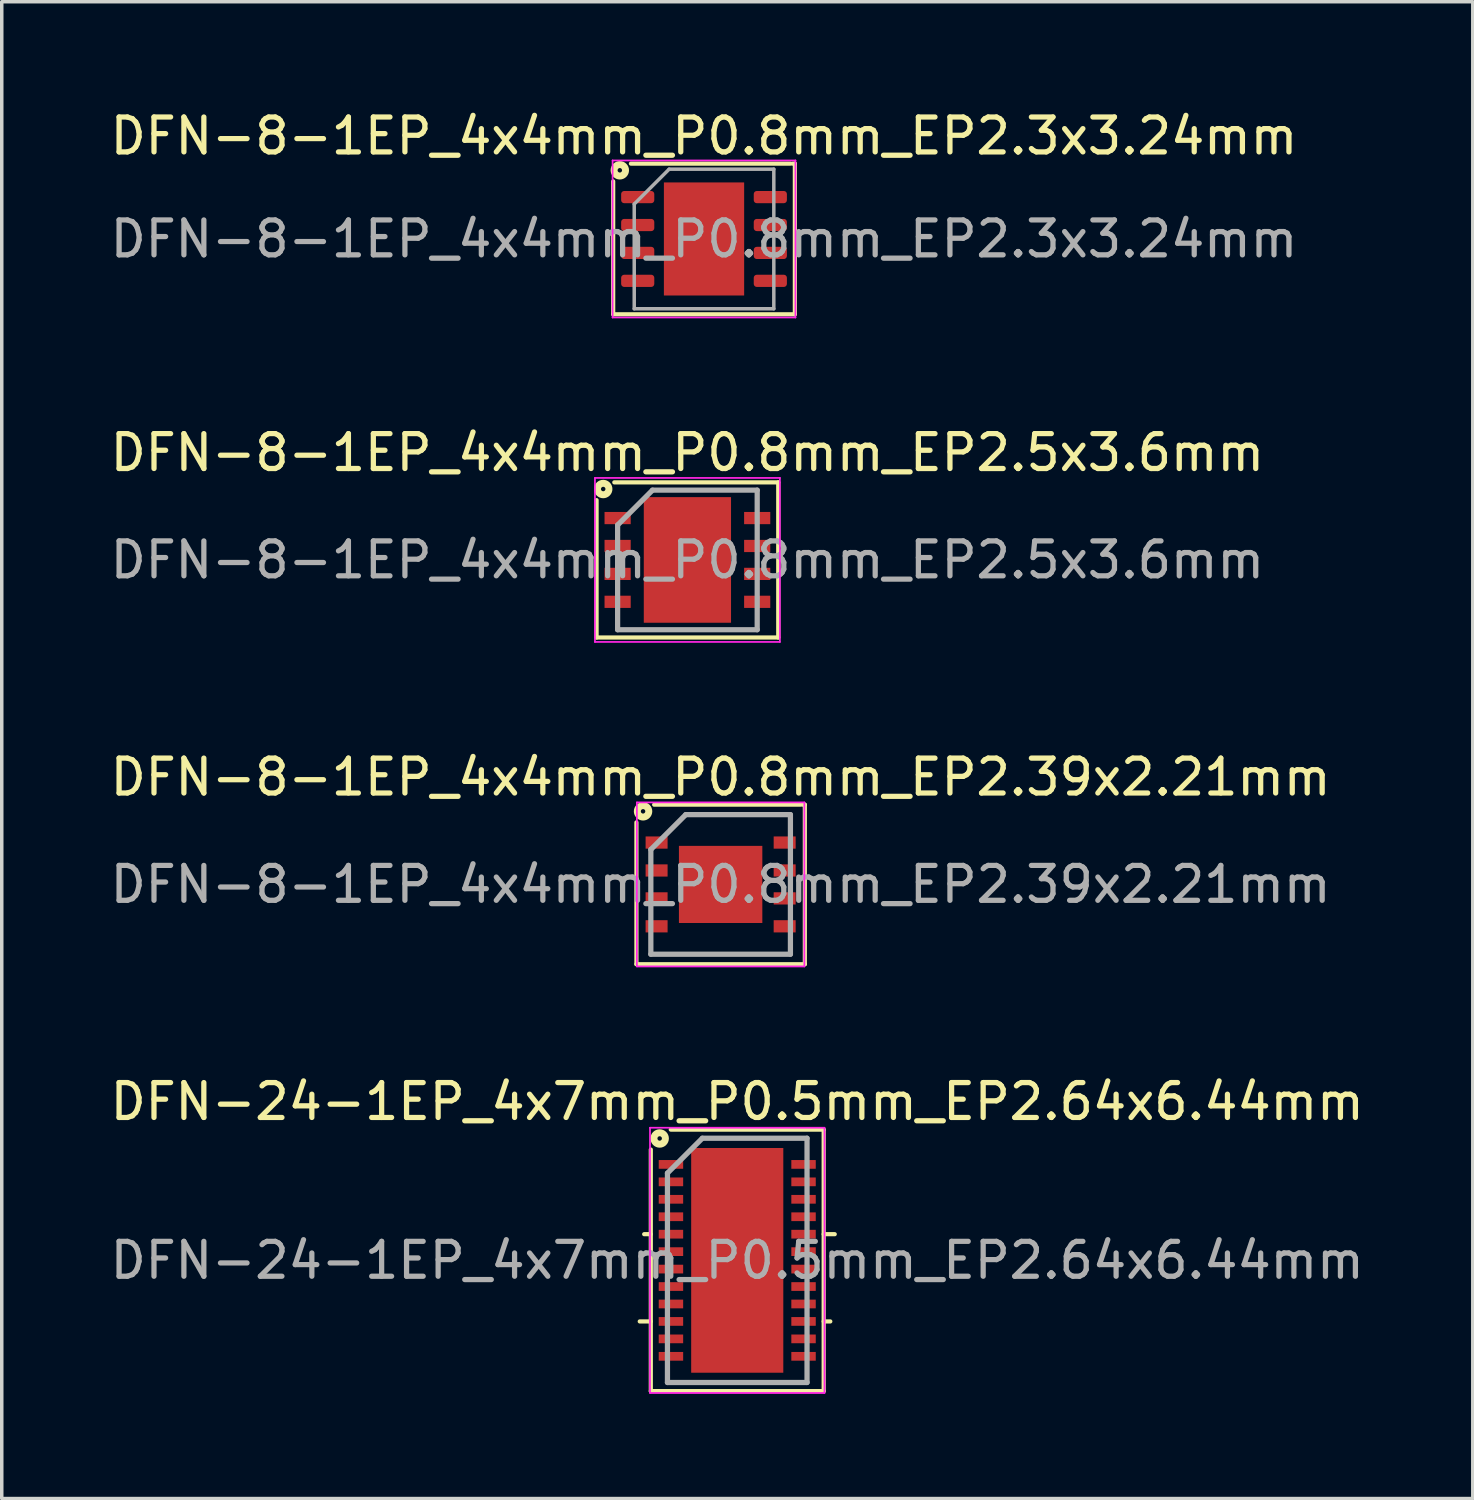
<source format=kicad_pcb>
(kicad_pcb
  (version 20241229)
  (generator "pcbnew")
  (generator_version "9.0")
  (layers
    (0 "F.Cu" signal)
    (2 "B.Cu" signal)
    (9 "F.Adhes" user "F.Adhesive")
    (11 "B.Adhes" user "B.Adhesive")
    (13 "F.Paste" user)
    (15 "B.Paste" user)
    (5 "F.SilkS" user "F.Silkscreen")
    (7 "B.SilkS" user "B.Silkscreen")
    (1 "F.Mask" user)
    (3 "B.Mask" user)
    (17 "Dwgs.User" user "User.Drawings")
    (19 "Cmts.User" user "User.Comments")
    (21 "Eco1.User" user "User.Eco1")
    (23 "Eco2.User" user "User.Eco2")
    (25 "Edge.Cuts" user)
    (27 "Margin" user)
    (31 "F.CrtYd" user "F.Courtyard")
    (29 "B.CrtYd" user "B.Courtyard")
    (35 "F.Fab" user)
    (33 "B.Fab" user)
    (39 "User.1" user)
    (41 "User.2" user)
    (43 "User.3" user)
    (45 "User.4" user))
  (footprint "DFN-24-1EP_4x7mm_P0.5mm_EP2.64x6.44mm"
    (layer "F.Cu")
    (at 18.077 33.068)
    (property "Reference" "DFN-24-1EP_4x7mm_P0.5mm_EP2.64x6.44mm" (at 0 -4.55 0) (layer "F.SilkS") (effects (font (size 1 1) (thickness 0.15))))
    (attr smd)
    (fp_line (start -2.477 -0.75) (end -2.667 -0.75) (stroke (width 0.12) (type solid)) (layer "F.SilkS"))
    (fp_line (start -2.477 1.75) (end -2.794 1.75) (stroke (width 0.12) (type solid)) (layer "F.SilkS"))
    (fp_line (start -2.477 3.747) (end -2.477 -3.175) (stroke (width 0.12) (type solid)) (layer "F.SilkS"))
    (fp_line (start -1.905 -3.747) (end 2.477 -3.747) (stroke (width 0.12) (type solid)) (layer "F.SilkS"))
    (fp_line (start 2.477 -3.747) (end 2.477 3.747) (stroke (width 0.12) (type solid)) (layer "F.SilkS"))
    (fp_line (start 2.477 -0.75) (end 2.794 -0.75) (stroke (width 0.12) (type solid)) (layer "F.SilkS"))
    (fp_line (start 2.477 1.75) (end 2.667 1.75) (stroke (width 0.12) (type solid)) (layer "F.SilkS"))
    (fp_line (start 2.477 3.747) (end -2.477 3.747) (stroke (width 0.12) (type solid)) (layer "F.SilkS"))
    (fp_circle (center -2.223 -3.493) (end -2.159 -3.493) (stroke (width 0.2) (type solid)) (fill no) (layer "F.SilkS"))
    (fp_line (start -2.5 -3.8) (end -2.5 3.8) (stroke (width 0.05) (type solid)) (layer "F.CrtYd"))
    (fp_line (start -2.5 -3.8) (end 2.5 -3.8) (stroke (width 0.05) (type solid)) (layer "F.CrtYd"))
    (fp_line (start -2.5 3.8) (end 2.5 3.8) (stroke (width 0.05) (type solid)) (layer "F.CrtYd"))
    (fp_line (start 2.5 -3.8) (end 2.5 3.8) (stroke (width 0.05) (type solid)) (layer "F.CrtYd"))
    (fp_line (start -2 -2.5) (end -1 -3.5) (stroke (width 0.15) (type solid)) (layer "F.Fab"))
    (fp_line (start -2 3.5) (end -2 -2.5) (stroke (width 0.15) (type solid)) (layer "F.Fab"))
    (fp_line (start -1 -3.5) (end 2 -3.5) (stroke (width 0.15) (type solid)) (layer "F.Fab"))
    (fp_line (start 2 -3.5) (end 2 3.5) (stroke (width 0.15) (type solid)) (layer "F.Fab"))
    (fp_line (start 2 3.5) (end -2 3.5) (stroke (width 0.15) (type solid)) (layer "F.Fab"))
    (fp_text user "${REFERENCE}" (at 0 0 0) (layer "F.Fab") (effects (font (size 1 1) (thickness 0.15))))
    (pad "" smd rect (at -0.66 -2.56) (size 1.05 1.05) (layers "F.Paste"))
    (pad "" smd rect (at -0.66 -1.28) (size 1.05 1.05) (layers "F.Paste"))
    (pad "" smd rect (at -0.66 0) (size 1.05 1.05) (layers "F.Paste"))
    (pad "" smd rect (at -0.66 1.28) (size 1.05 1.05) (layers "F.Paste"))
    (pad "" smd rect (at -0.66 2.56) (size 1.05 1.05) (layers "F.Paste"))
    (pad "" smd rect (at 0.66 -2.56) (size 1.05 1.05) (layers "F.Paste"))
    (pad "" smd rect (at 0.66 -1.28) (size 1.05 1.05) (layers "F.Paste"))
    (pad "" smd rect (at 0.66 0) (size 1.05 1.05) (layers "F.Paste"))
    (pad "" smd rect (at 0.66 1.28) (size 1.05 1.05) (layers "F.Paste"))
    (pad "" smd rect (at 0.66 2.56) (size 1.05 1.05) (layers "F.Paste"))
    (pad "1" smd rect (at -1.9 -2.75) (size 0.7 0.25) (layers "F.Cu" "F.Mask" "F.Paste"))
    (pad "2" smd rect (at -1.9 -2.25) (size 0.7 0.25) (layers "F.Cu" "F.Mask" "F.Paste"))
    (pad "3" smd rect (at -1.9 -1.75) (size 0.7 0.25) (layers "F.Cu" "F.Mask" "F.Paste"))
    (pad "4" smd rect (at -1.9 -1.25) (size 0.7 0.25) (layers "F.Cu" "F.Mask" "F.Paste"))
    (pad "5" smd rect (at -1.9 -0.75) (size 0.7 0.25) (layers "F.Cu" "F.Mask" "F.Paste"))
    (pad "6" smd rect (at -1.9 -0.25) (size 0.7 0.25) (layers "F.Cu" "F.Mask" "F.Paste"))
    (pad "7" smd rect (at -1.9 0.25) (size 0.7 0.25) (layers "F.Cu" "F.Mask" "F.Paste"))
    (pad "8" smd rect (at -1.9 0.75) (size 0.7 0.25) (layers "F.Cu" "F.Mask" "F.Paste"))
    (pad "9" smd rect (at -1.9 1.25) (size 0.7 0.25) (layers "F.Cu" "F.Mask" "F.Paste"))
    (pad "10" smd rect (at -1.9 1.75) (size 0.7 0.25) (layers "F.Cu" "F.Mask" "F.Paste"))
    (pad "11" smd rect (at -1.9 2.25) (size 0.7 0.25) (layers "F.Cu" "F.Mask" "F.Paste"))
    (pad "12" smd rect (at -1.9 2.75) (size 0.7 0.25) (layers "F.Cu" "F.Mask" "F.Paste"))
    (pad "13" smd rect (at 1.9 2.75) (size 0.7 0.25) (layers "F.Cu" "F.Mask" "F.Paste"))
    (pad "14" smd rect (at 1.9 2.25) (size 0.7 0.25) (layers "F.Cu" "F.Mask" "F.Paste"))
    (pad "15" smd rect (at 1.9 1.75) (size 0.7 0.25) (layers "F.Cu" "F.Mask" "F.Paste"))
    (pad "16" smd rect (at 1.9 1.25) (size 0.7 0.25) (layers "F.Cu" "F.Mask" "F.Paste"))
    (pad "17" smd rect (at 1.9 0.75) (size 0.7 0.25) (layers "F.Cu" "F.Mask" "F.Paste"))
    (pad "18" smd rect (at 1.9 0.25) (size 0.7 0.25) (layers "F.Cu" "F.Mask" "F.Paste"))
    (pad "19" smd rect (at 1.9 -0.25) (size 0.7 0.25) (layers "F.Cu" "F.Mask" "F.Paste"))
    (pad "20" smd rect (at 1.9 -0.75) (size 0.7 0.25) (layers "F.Cu" "F.Mask" "F.Paste"))
    (pad "21" smd rect (at 1.9 -1.25) (size 0.7 0.25) (layers "F.Cu" "F.Mask" "F.Paste"))
    (pad "22" smd rect (at 1.9 -1.75) (size 0.7 0.25) (layers "F.Cu" "F.Mask" "F.Paste"))
    (pad "23" smd rect (at 1.9 -2.25) (size 0.7 0.25) (layers "F.Cu" "F.Mask" "F.Paste"))
    (pad "24" smd rect (at 1.9 -2.75) (size 0.7 0.25) (layers "F.Cu" "F.Mask" "F.Paste"))
    (pad "25" smd rect (at 0 0) (size 2.64 6.44) (layers "F.Cu" "F.Mask")))
  (footprint "DFN-8-1EP_4x4mm_P0.8mm_EP2.3x3.24mm"
    (layer "F.Cu")
    (at 17.125 3.798)
    (property "Reference" "DFN-8-1EP_4x4mm_P0.8mm_EP2.3x3.24mm" (at 0 -2.95 0) (layer "F.SilkS") (effects (font (size 1 1) (thickness 0.15))))
    (attr smd)
    (fp_line (start -2.603 2.159) (end -2.603 -1.651) (stroke (width 0.12) (type solid)) (layer "F.SilkS"))
    (fp_line (start -2.095 -2.159) (end 2.477 -2.159) (stroke (width 0.12) (type solid)) (layer "F.SilkS"))
    (fp_line (start 2.54 -2.159) (end 2.603 -2.159) (stroke (width 0.12) (type solid)) (layer "F.SilkS"))
    (fp_line (start 2.603 -2.159) (end 2.603 2.159) (stroke (width 0.12) (type solid)) (layer "F.SilkS"))
    (fp_line (start 2.603 2.159) (end -2.603 2.159) (stroke (width 0.12) (type solid)) (layer "F.SilkS"))
    (fp_circle (center -2.413 -1.968) (end -2.349 -1.968) (stroke (width 0.2) (type solid)) (fill no) (layer "F.SilkS"))
    (fp_line (start -2.62 -2.25) (end -2.62 2.25) (stroke (width 0.05) (type solid)) (layer "F.CrtYd"))
    (fp_line (start -2.62 2.25) (end 2.62 2.25) (stroke (width 0.05) (type solid)) (layer "F.CrtYd"))
    (fp_line (start 2.62 -2.25) (end -2.62 -2.25) (stroke (width 0.05) (type solid)) (layer "F.CrtYd"))
    (fp_line (start 2.62 2.25) (end 2.62 -2.25) (stroke (width 0.05) (type solid)) (layer "F.CrtYd"))
    (fp_line (start -2 -1) (end -1 -2) (stroke (width 0.1) (type solid)) (layer "F.Fab"))
    (fp_line (start -2 2) (end -2 -1) (stroke (width 0.1) (type solid)) (layer "F.Fab"))
    (fp_line (start -1 -2) (end 2 -2) (stroke (width 0.1) (type solid)) (layer "F.Fab"))
    (fp_line (start 2 -2) (end 2 2) (stroke (width 0.1) (type solid)) (layer "F.Fab"))
    (fp_line (start 2 2) (end -2 2) (stroke (width 0.1) (type solid)) (layer "F.Fab"))
    (fp_text user "${REFERENCE}" (at 0 0 0) (layer "F.Fab") (effects (font (size 1 1) (thickness 0.15))))
    (pad "" smd roundrect (at -0.575 -0.81) (size 0.93 1.31) (layers "F.Paste") (roundrect_rratio 0.25))
    (pad "" smd roundrect (at -0.575 0.81) (size 0.93 1.31) (layers "F.Paste") (roundrect_rratio 0.25))
    (pad "" smd roundrect (at 0.575 -0.81) (size 0.93 1.31) (layers "F.Paste") (roundrect_rratio 0.25))
    (pad "" smd roundrect (at 0.575 0.81) (size 0.93 1.31) (layers "F.Paste") (roundrect_rratio 0.25))
    (pad "1" smd roundrect (at -1.9 -1.2) (size 0.95 0.35) (layers "F.Cu" "F.Mask" "F.Paste") (roundrect_rratio 0.25))
    (pad "2" smd roundrect (at -1.9 -0.4) (size 0.95 0.35) (layers "F.Cu" "F.Mask" "F.Paste") (roundrect_rratio 0.25))
    (pad "3" smd roundrect (at -1.9 0.4) (size 0.95 0.35) (layers "F.Cu" "F.Mask" "F.Paste") (roundrect_rratio 0.25))
    (pad "4" smd roundrect (at -1.9 1.2) (size 0.95 0.35) (layers "F.Cu" "F.Mask" "F.Paste") (roundrect_rratio 0.25))
    (pad "5" smd roundrect (at 1.9 1.2) (size 0.95 0.35) (layers "F.Cu" "F.Mask" "F.Paste") (roundrect_rratio 0.25))
    (pad "6" smd roundrect (at 1.9 0.4) (size 0.95 0.35) (layers "F.Cu" "F.Mask" "F.Paste") (roundrect_rratio 0.25))
    (pad "7" smd roundrect (at 1.9 -0.4) (size 0.95 0.35) (layers "F.Cu" "F.Mask" "F.Paste") (roundrect_rratio 0.25))
    (pad "8" smd roundrect (at 1.9 -1.2) (size 0.95 0.35) (layers "F.Cu" "F.Mask" "F.Paste") (roundrect_rratio 0.25))
    (pad "9" smd rect (at 0 0) (size 2.3 3.24) (layers "F.Cu" "F.Mask")))
  (footprint "DFN-8-1EP_4x4mm_P0.8mm_EP2.5x3.6mm"
    (layer "F.Cu")
    (at 16.649 12.996)
    (property "Reference" "DFN-8-1EP_4x4mm_P0.8mm_EP2.5x3.6mm" (at 0 -3.075 0) (layer "F.SilkS") (effects (font (size 1 1) (thickness 0.15))))
    (attr smd)
    (fp_line (start -2.603 2.223) (end -2.603 -1.714) (stroke (width 0.12) (type solid)) (layer "F.SilkS"))
    (fp_line (start -2.095 -2.223) (end 2.603 -2.223) (stroke (width 0.12) (type solid)) (layer "F.SilkS"))
    (fp_line (start 2.603 -2.223) (end 2.603 2.223) (stroke (width 0.12) (type solid)) (layer "F.SilkS"))
    (fp_line (start 2.603 2.223) (end -2.603 2.223) (stroke (width 0.12) (type solid)) (layer "F.SilkS"))
    (fp_circle (center -2.413 -2.032) (end -2.349 -2.032) (stroke (width 0.2) (type solid)) (fill no) (layer "F.SilkS"))
    (fp_line (start -2.65 -2.35) (end -2.65 2.35) (stroke (width 0.05) (type solid)) (layer "F.CrtYd"))
    (fp_line (start -2.65 -2.35) (end 2.65 -2.35) (stroke (width 0.05) (type solid)) (layer "F.CrtYd"))
    (fp_line (start -2.65 2.35) (end 2.65 2.35) (stroke (width 0.05) (type solid)) (layer "F.CrtYd"))
    (fp_line (start 2.65 -2.35) (end 2.65 2.35) (stroke (width 0.05) (type solid)) (layer "F.CrtYd"))
    (fp_line (start -2 -1) (end -1 -2) (stroke (width 0.15) (type solid)) (layer "F.Fab"))
    (fp_line (start -2 2) (end -2 -1) (stroke (width 0.15) (type solid)) (layer "F.Fab"))
    (fp_line (start -1 -2) (end 2 -2) (stroke (width 0.15) (type solid)) (layer "F.Fab"))
    (fp_line (start 2 -2) (end 2 2) (stroke (width 0.15) (type solid)) (layer "F.Fab"))
    (fp_line (start 2 2) (end -2 2) (stroke (width 0.15) (type solid)) (layer "F.Fab"))
    (fp_text user "${REFERENCE}" (at 0 0 0) (layer "F.Fab") (effects (font (size 1 1) (thickness 0.15))))
    (pad "" smd rect (at -0.625 -1.2) (size 1 1) (layers "F.Paste"))
    (pad "" smd rect (at -0.625 0) (size 1 1) (layers "F.Paste"))
    (pad "" smd rect (at -0.625 1.2) (size 1 1) (layers "F.Paste"))
    (pad "" smd rect (at 0.625 -1.2) (size 1 1) (layers "F.Paste"))
    (pad "" smd rect (at 0.625 0) (size 1 1) (layers "F.Paste"))
    (pad "" smd rect (at 0.625 1.2) (size 1 1) (layers "F.Paste"))
    (pad "1" smd rect (at -2 -1.2) (size 0.75 0.35) (layers "F.Cu" "F.Mask" "F.Paste"))
    (pad "2" smd rect (at -2 -0.4) (size 0.75 0.35) (layers "F.Cu" "F.Mask" "F.Paste"))
    (pad "3" smd rect (at -2 0.4) (size 0.75 0.35) (layers "F.Cu" "F.Mask" "F.Paste"))
    (pad "4" smd rect (at -2 1.2) (size 0.75 0.35) (layers "F.Cu" "F.Mask" "F.Paste"))
    (pad "5" smd rect (at 2 1.2) (size 0.75 0.35) (layers "F.Cu" "F.Mask" "F.Paste"))
    (pad "6" smd rect (at 2 0.4) (size 0.75 0.35) (layers "F.Cu" "F.Mask" "F.Paste"))
    (pad "7" smd rect (at 2 -0.4) (size 0.75 0.35) (layers "F.Cu" "F.Mask" "F.Paste"))
    (pad "8" smd rect (at 2 -1.2) (size 0.75 0.35) (layers "F.Cu" "F.Mask" "F.Paste"))
    (pad "9" smd rect (at 0 0) (size 2.5 3.6) (layers "F.Cu" "F.Mask")))
  (footprint "DFN-8-1EP_4x4mm_P0.8mm_EP2.39x2.21mm"
    (layer "F.Cu")
    (at 17.601 22.295)
    (property "Reference" "DFN-8-1EP_4x4mm_P0.8mm_EP2.39x2.21mm" (at 0 -3.075 0) (layer "F.SilkS") (effects (font (size 1 1) (thickness 0.15))))
    (attr smd)
    (fp_line (start -2.413 2.286) (end -2.413 -1.778) (stroke (width 0.12) (type solid)) (layer "F.SilkS"))
    (fp_line (start -1.905 -2.286) (end 2.286 -2.286) (stroke (width 0.12) (type solid)) (layer "F.SilkS"))
    (fp_line (start 2.349 -2.286) (end 2.413 -2.286) (stroke (width 0.12) (type solid)) (layer "F.SilkS"))
    (fp_line (start 2.413 -2.286) (end 2.413 2.286) (stroke (width 0.12) (type solid)) (layer "F.SilkS"))
    (fp_line (start 2.413 2.286) (end -2.413 2.286) (stroke (width 0.12) (type solid)) (layer "F.SilkS"))
    (fp_circle (center -2.223 -2.095) (end -2.159 -2.095) (stroke (width 0.2) (type solid)) (fill no) (layer "F.SilkS"))
    (fp_line (start -2.4 -2.35) (end -2.4 2.35) (stroke (width 0.05) (type solid)) (layer "F.CrtYd"))
    (fp_line (start -2.4 -2.35) (end 2.4 -2.35) (stroke (width 0.05) (type solid)) (layer "F.CrtYd"))
    (fp_line (start -2.4 2.35) (end 2.4 2.35) (stroke (width 0.05) (type solid)) (layer "F.CrtYd"))
    (fp_line (start 2.4 -2.35) (end 2.4 2.35) (stroke (width 0.05) (type solid)) (layer "F.CrtYd"))
    (fp_line (start -2 -1) (end -1 -2) (stroke (width 0.15) (type solid)) (layer "F.Fab"))
    (fp_line (start -2 2) (end -2 -1) (stroke (width 0.15) (type solid)) (layer "F.Fab"))
    (fp_line (start -1 -2) (end 2 -2) (stroke (width 0.15) (type solid)) (layer "F.Fab"))
    (fp_line (start 2 -2) (end 2 2) (stroke (width 0.15) (type solid)) (layer "F.Fab"))
    (fp_line (start 2 2) (end -2 2) (stroke (width 0.15) (type solid)) (layer "F.Fab"))
    (fp_text user "${REFERENCE}" (at 0 0 0) (layer "F.Fab") (effects (font (size 1 1) (thickness 0.15))))
    (pad "" smd rect (at -0.598 -0.552) (size 0.83 0.77) (layers "F.Paste"))
    (pad "" smd rect (at -0.598 0.552) (size 0.83 0.77) (layers "F.Paste"))
    (pad "" smd rect (at 0.598 -0.552) (size 0.83 0.77) (layers "F.Paste"))
    (pad "" smd rect (at 0.598 0.552) (size 0.83 0.77) (layers "F.Paste"))
    (pad "1" smd rect (at -1.835 -1.2) (size 0.63 0.35) (layers "F.Cu" "F.Mask" "F.Paste"))
    (pad "2" smd rect (at -1.835 -0.4) (size 0.63 0.35) (layers "F.Cu" "F.Mask" "F.Paste"))
    (pad "3" smd rect (at -1.835 0.4) (size 0.63 0.35) (layers "F.Cu" "F.Mask" "F.Paste"))
    (pad "4" smd rect (at -1.835 1.2) (size 0.63 0.35) (layers "F.Cu" "F.Mask" "F.Paste"))
    (pad "5" smd rect (at 1.835 1.2) (size 0.63 0.35) (layers "F.Cu" "F.Mask" "F.Paste"))
    (pad "6" smd rect (at 1.835 0.4) (size 0.63 0.35) (layers "F.Cu" "F.Mask" "F.Paste"))
    (pad "7" smd rect (at 1.835 -0.4) (size 0.63 0.35) (layers "F.Cu" "F.Mask" "F.Paste"))
    (pad "8" smd rect (at 1.835 -1.2) (size 0.63 0.35) (layers "F.Cu" "F.Mask" "F.Paste"))
    (pad "9" smd rect (at 0 0) (size 2.39 2.21) (layers "F.Cu" "F.Mask")))
  (gr_rect
    (start -3 -3)
    (end 39.155 39.893)
    (stroke (width 0.1) (type default))
    (fill no)
    (layer "Edge.Cuts")))
</source>
